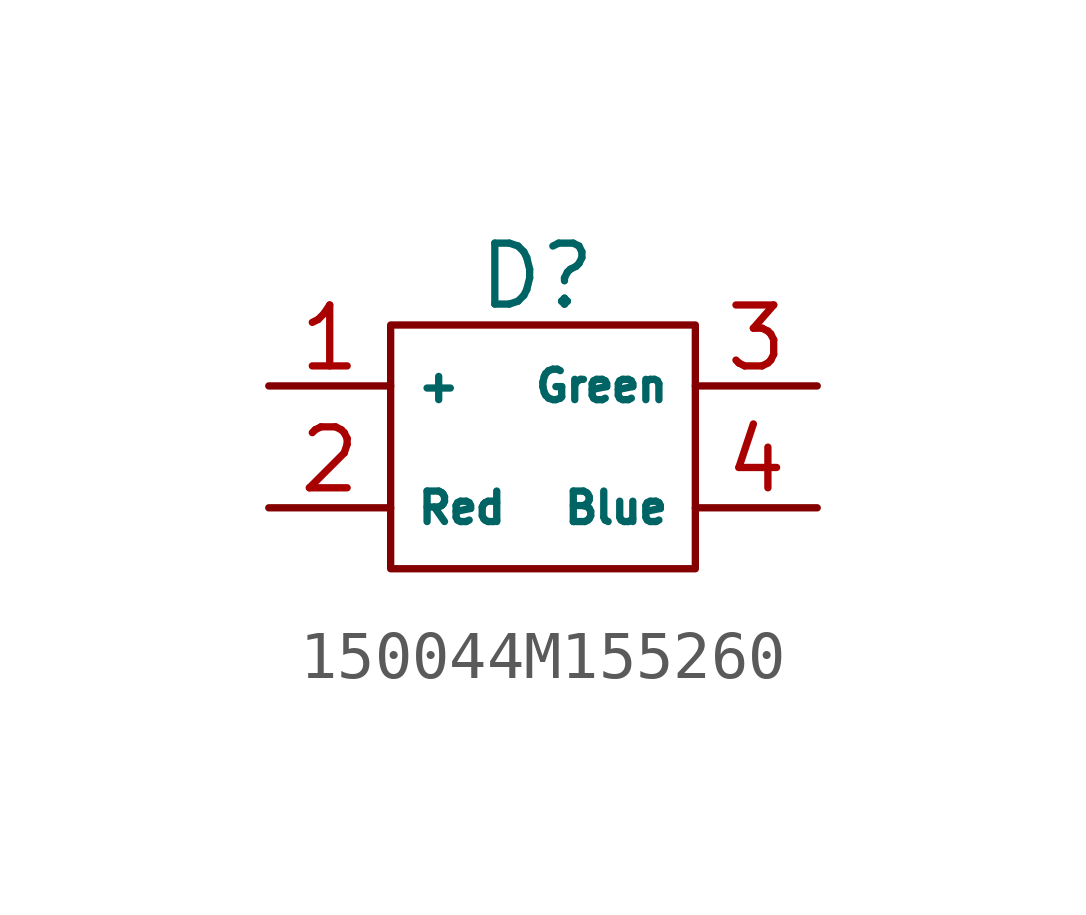
<source format=kicad_sym>
(kicad_symbol_lib
  (version 20231120)
  (generator "kicad_symbol_editor")
  (generator_version "8.0")
  (symbol "150044M155260"
    (property "Reference" "D"
      (at 3.048 6.096 0)
      (effects (font (size 1.27 1.27))))
    (property "Value" ""
      (at 0 0 0)
      (effects (font (size 1.27 1.27))))
    (symbol "150044M155260_0_1"
      (rectangle (start 0 5.08) (end 6.35 0) (stroke (width 0) (type default)) (fill (type none))))
    (symbol "150044M155260_1_1"
      (pin output line (at -2.54 3.81 0) (length 2.54) (name "+" (effects (font (size 0.635 0.635)))) (number "1" (effects (font (size 1.27 1.27)))))
      (pin input line (at -2.54 1.27 0) (length 2.54) (name "Red" (effects (font (size 0.635 0.635)))) (number "2" (effects (font (size 1.27 1.27)))))
      (pin input line (at 8.89 3.81 180) (length 2.54) (name "Green" (effects (font (size 0.635 0.635)))) (number "3" (effects (font (size 1.27 1.27)))))
      (pin input line (at 8.89 1.27 180) (length 2.54) (name "Blue" (effects (font (size 0.635 0.635)))) (number "4" (effects (font (size 1.27 1.27))))))))
</source>
